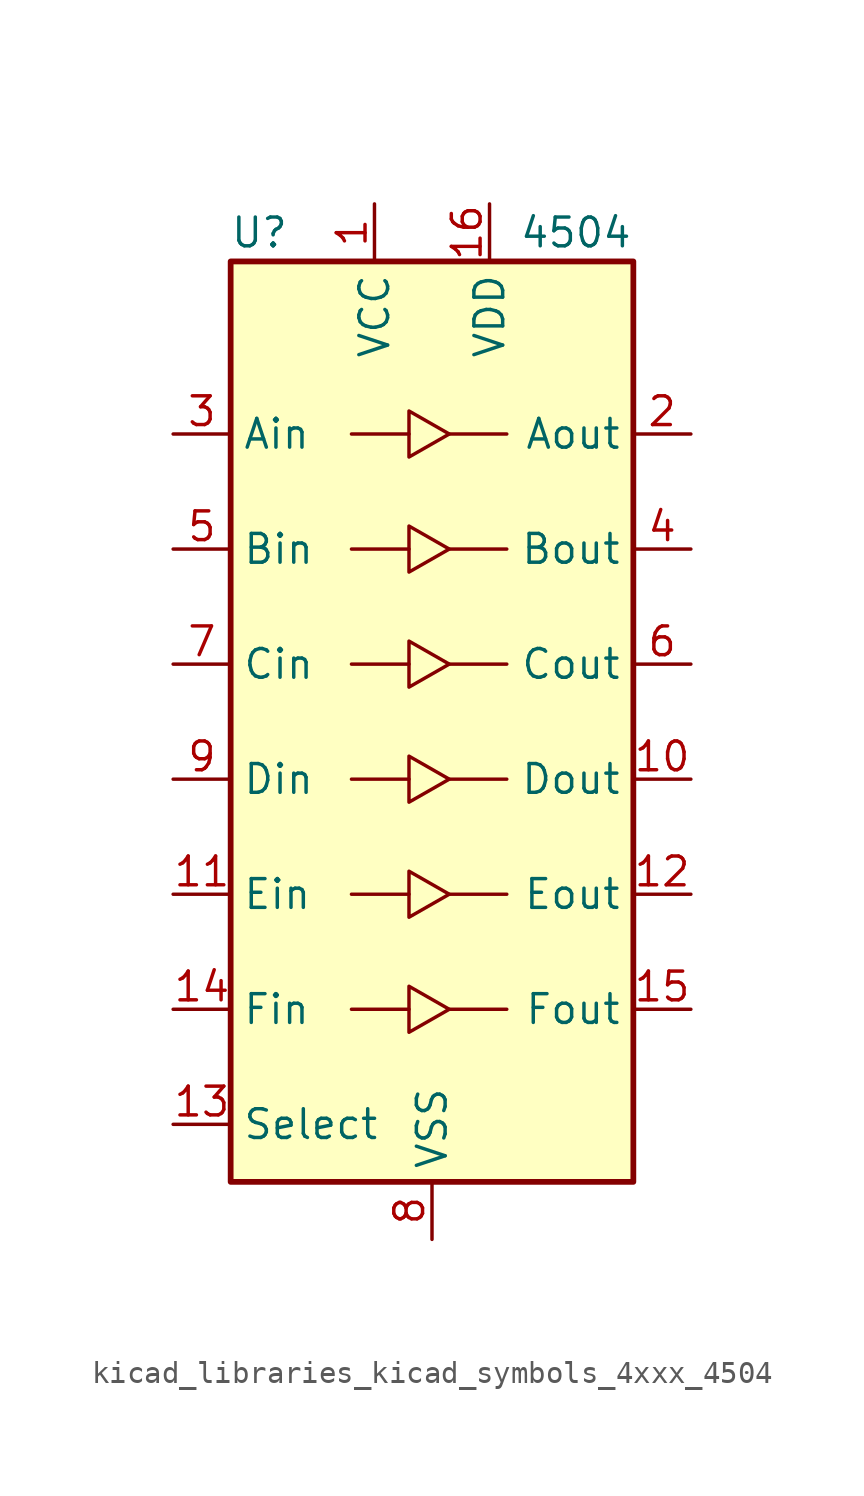
<source format=kicad_sym>
(kicad_symbol_lib
  (version 20220914)
  (generator kicad_symbol_editor)
  (symbol "kicad_libraries_kicad_symbols_4xxx_4504"
    (property "Reference" "U"
      (at -7.62 21.59 0)
      (effects (font (size 1.27 1.27))))
    (property "Value" "4504"
      (at 6.35 21.59 0)
      (effects (font (size 1.27 1.27))))
    (symbol "kicad_libraries_kicad_symbols_4xxx_4504_0_1"
      (polyline (pts (xy -3.556 -12.7) (xy -1.016 -12.7)) (stroke (width 0) (type default)) (fill (type none)))
      (polyline (pts (xy -3.556 -7.62) (xy -1.016 -7.62)) (stroke (width 0) (type default)) (fill (type none)))
      (polyline (pts (xy -3.556 -2.54) (xy -1.016 -2.54)) (stroke (width 0) (type default)) (fill (type none)))
      (polyline (pts (xy -3.556 2.54) (xy -1.016 2.54)) (stroke (width 0) (type default)) (fill (type none)))
      (polyline (pts (xy -3.556 7.62) (xy -1.016 7.62)) (stroke (width 0) (type default)) (fill (type none)))
      (polyline (pts (xy -3.556 12.7) (xy -1.016 12.7)) (stroke (width 0) (type default)) (fill (type none)))
      (polyline (pts (xy 0.762 -12.7) (xy 3.302 -12.7)) (stroke (width 0) (type default)) (fill (type none)))
      (polyline (pts (xy 0.762 -7.62) (xy 3.302 -7.62)) (stroke (width 0) (type default)) (fill (type none)))
      (polyline (pts (xy 0.762 -2.54) (xy 3.302 -2.54)) (stroke (width 0) (type default)) (fill (type none)))
      (polyline (pts (xy 0.762 2.54) (xy 3.302 2.54)) (stroke (width 0) (type default)) (fill (type none)))
      (polyline (pts (xy 0.762 7.62) (xy 3.302 7.62)) (stroke (width 0) (type default)) (fill (type none)))
      (polyline (pts (xy 0.762 12.7) (xy 3.302 12.7)) (stroke (width 0) (type default)) (fill (type none))))
    (symbol "kicad_libraries_kicad_symbols_4xxx_4504_1_1"
      (rectangle (start -8.89 20.32) (end 8.89 -20.32) (stroke (width 0.254) (type default)) (fill (type background)))
      (polyline (pts (xy 0.762 -12.7) (xy -1.016 -13.716) (xy -1.016 -11.684) (xy 0.762 -12.7)) (stroke (width 0) (type default)) (fill (type none)))
      (polyline (pts (xy 0.762 -7.62) (xy -1.016 -8.636) (xy -1.016 -6.604) (xy 0.762 -7.62)) (stroke (width 0) (type default)) (fill (type none)))
      (polyline (pts (xy 0.762 -2.54) (xy -1.016 -3.556) (xy -1.016 -1.524) (xy 0.762 -2.54)) (stroke (width 0) (type default)) (fill (type none)))
      (polyline (pts (xy 0.762 2.54) (xy -1.016 1.524) (xy -1.016 3.556) (xy 0.762 2.54)) (stroke (width 0) (type default)) (fill (type none)))
      (polyline (pts (xy 0.762 7.62) (xy -1.016 6.604) (xy -1.016 8.636) (xy 0.762 7.62)) (stroke (width 0) (type default)) (fill (type none)))
      (polyline (pts (xy 0.762 12.7) (xy -1.016 11.684) (xy -1.016 13.716) (xy 0.762 12.7)) (stroke (width 0) (type default)) (fill (type none)))
      (pin power_in line (at -2.54 22.86 270) (length 2.54) (name "VCC" (effects (font (size 1.27 1.27)))) (number "1" (effects (font (size 1.27 1.27)))))
      (pin output line (at 11.43 -2.54 180) (length 2.54) (name "Dout" (effects (font (size 1.27 1.27)))) (number "10" (effects (font (size 1.27 1.27)))))
      (pin input line (at -11.43 -7.62 0) (length 2.54) (name "Ein" (effects (font (size 1.27 1.27)))) (number "11" (effects (font (size 1.27 1.27)))))
      (pin output line (at 11.43 -7.62 180) (length 2.54) (name "Eout" (effects (font (size 1.27 1.27)))) (number "12" (effects (font (size 1.27 1.27)))))
      (pin input line (at -11.43 -17.78 0) (length 2.54) (name "Select" (effects (font (size 1.27 1.27)))) (number "13" (effects (font (size 1.27 1.27)))))
      (pin input line (at -11.43 -12.7 0) (length 2.54) (name "Fin" (effects (font (size 1.27 1.27)))) (number "14" (effects (font (size 1.27 1.27)))))
      (pin output line (at 11.43 -12.7 180) (length 2.54) (name "Fout" (effects (font (size 1.27 1.27)))) (number "15" (effects (font (size 1.27 1.27)))))
      (pin power_in line (at 2.54 22.86 270) (length 2.54) (name "VDD" (effects (font (size 1.27 1.27)))) (number "16" (effects (font (size 1.27 1.27)))))
      (pin output line (at 11.43 12.7 180) (length 2.54) (name "Aout" (effects (font (size 1.27 1.27)))) (number "2" (effects (font (size 1.27 1.27)))))
      (pin input line (at -11.43 12.7 0) (length 2.54) (name "Ain" (effects (font (size 1.27 1.27)))) (number "3" (effects (font (size 1.27 1.27)))))
      (pin output line (at 11.43 7.62 180) (length 2.54) (name "Bout" (effects (font (size 1.27 1.27)))) (number "4" (effects (font (size 1.27 1.27)))))
      (pin input line (at -11.43 7.62 0) (length 2.54) (name "Bin" (effects (font (size 1.27 1.27)))) (number "5" (effects (font (size 1.27 1.27)))))
      (pin output line (at 11.43 2.54 180) (length 2.54) (name "Cout" (effects (font (size 1.27 1.27)))) (number "6" (effects (font (size 1.27 1.27)))))
      (pin input line (at -11.43 2.54 0) (length 2.54) (name "Cin" (effects (font (size 1.27 1.27)))) (number "7" (effects (font (size 1.27 1.27)))))
      (pin power_in line (at 0 -22.86 90) (length 2.54) (name "VSS" (effects (font (size 1.27 1.27)))) (number "8" (effects (font (size 1.27 1.27)))))
      (pin input line (at -11.43 -2.54 0) (length 2.54) (name "Din" (effects (font (size 1.27 1.27)))) (number "9" (effects (font (size 1.27 1.27))))))))
</source>
